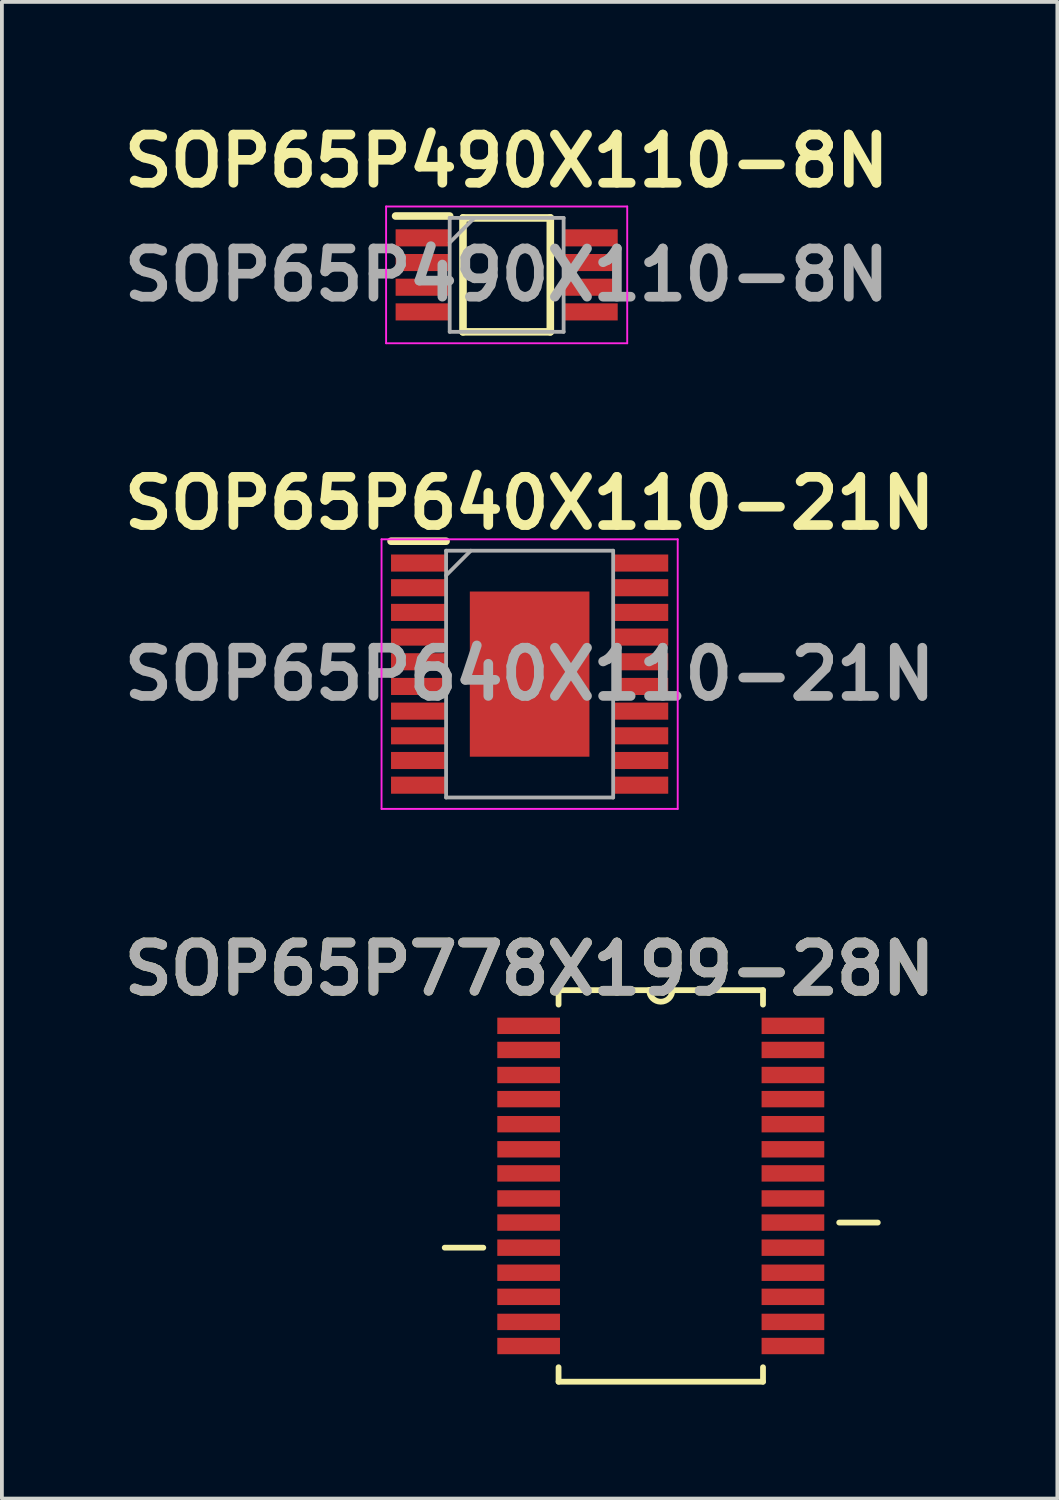
<source format=kicad_pcb>
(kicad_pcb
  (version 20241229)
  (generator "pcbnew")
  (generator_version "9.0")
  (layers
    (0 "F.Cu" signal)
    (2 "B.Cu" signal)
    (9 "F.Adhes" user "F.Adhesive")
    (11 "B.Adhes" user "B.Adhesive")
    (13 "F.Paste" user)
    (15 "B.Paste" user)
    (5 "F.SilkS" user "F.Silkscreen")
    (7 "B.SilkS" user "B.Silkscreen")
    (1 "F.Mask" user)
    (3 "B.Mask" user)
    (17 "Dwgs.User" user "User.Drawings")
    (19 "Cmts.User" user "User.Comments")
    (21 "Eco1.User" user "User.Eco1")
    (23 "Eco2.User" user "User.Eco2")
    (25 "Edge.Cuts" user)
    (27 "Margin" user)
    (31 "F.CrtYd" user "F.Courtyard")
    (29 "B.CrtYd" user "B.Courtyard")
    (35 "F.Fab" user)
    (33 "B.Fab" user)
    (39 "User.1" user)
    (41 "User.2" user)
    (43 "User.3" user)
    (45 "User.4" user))
  (footprint "SOP65P640X110-21N"
    (layer "F.Cu")
    (at 10.898 14.703)
    (property "Reference" "SOP65P640X110-21N" (at 0 -4.5 0) (layer "F.SilkS") (effects (font (size 1.27 1.27) (thickness 0.254))))
    (attr smd)
    (fp_line (start -3.65 -3.5) (end -2.2 -3.5) (stroke (width 0.2) (type solid)) (layer "F.SilkS"))
    (fp_line (start -3.9 -3.55) (end 3.9 -3.55) (stroke (width 0.05) (type solid)) (layer "F.CrtYd"))
    (fp_line (start -3.9 3.55) (end -3.9 -3.55) (stroke (width 0.05) (type solid)) (layer "F.CrtYd"))
    (fp_line (start 3.9 -3.55) (end 3.9 3.55) (stroke (width 0.05) (type solid)) (layer "F.CrtYd"))
    (fp_line (start 3.9 3.55) (end -3.9 3.55) (stroke (width 0.05) (type solid)) (layer "F.CrtYd"))
    (fp_line (start -2.2 -3.25) (end 2.2 -3.25) (stroke (width 0.1) (type solid)) (layer "F.Fab"))
    (fp_line (start -2.2 -2.6) (end -1.55 -3.25) (stroke (width 0.1) (type solid)) (layer "F.Fab"))
    (fp_line (start -2.2 3.25) (end -2.2 -3.25) (stroke (width 0.1) (type solid)) (layer "F.Fab"))
    (fp_line (start 2.2 -3.25) (end 2.2 3.25) (stroke (width 0.1) (type solid)) (layer "F.Fab"))
    (fp_line (start 2.2 3.25) (end -2.2 3.25) (stroke (width 0.1) (type solid)) (layer "F.Fab"))
    (fp_text user "${REFERENCE}" (at 0 0 0) (layer "F.Fab") (effects (font (size 1.27 1.27) (thickness 0.254))))
    (pad "1" smd rect (at -2.925 -2.925 90) (size 0.45 1.45) (layers "F.Cu" "F.Mask" "F.Paste"))
    (pad "2" smd rect (at -2.925 -2.275 90) (size 0.45 1.45) (layers "F.Cu" "F.Mask" "F.Paste"))
    (pad "3" smd rect (at -2.925 -1.625 90) (size 0.45 1.45) (layers "F.Cu" "F.Mask" "F.Paste"))
    (pad "4" smd rect (at -2.925 -0.975 90) (size 0.45 1.45) (layers "F.Cu" "F.Mask" "F.Paste"))
    (pad "5" smd rect (at -2.925 -0.325 90) (size 0.45 1.45) (layers "F.Cu" "F.Mask" "F.Paste"))
    (pad "6" smd rect (at -2.925 0.325 90) (size 0.45 1.45) (layers "F.Cu" "F.Mask" "F.Paste"))
    (pad "7" smd rect (at -2.925 0.975 90) (size 0.45 1.45) (layers "F.Cu" "F.Mask" "F.Paste"))
    (pad "8" smd rect (at -2.925 1.625 90) (size 0.45 1.45) (layers "F.Cu" "F.Mask" "F.Paste"))
    (pad "9" smd rect (at -2.925 2.275 90) (size 0.45 1.45) (layers "F.Cu" "F.Mask" "F.Paste"))
    (pad "10" smd rect (at -2.925 2.925 90) (size 0.45 1.45) (layers "F.Cu" "F.Mask" "F.Paste"))
    (pad "11" smd rect (at 2.925 2.925 90) (size 0.45 1.45) (layers "F.Cu" "F.Mask" "F.Paste"))
    (pad "12" smd rect (at 2.925 2.275 90) (size 0.45 1.45) (layers "F.Cu" "F.Mask" "F.Paste"))
    (pad "13" smd rect (at 2.925 1.625 90) (size 0.45 1.45) (layers "F.Cu" "F.Mask" "F.Paste"))
    (pad "14" smd rect (at 2.925 0.975 90) (size 0.45 1.45) (layers "F.Cu" "F.Mask" "F.Paste"))
    (pad "15" smd rect (at 2.925 0.325 90) (size 0.45 1.45) (layers "F.Cu" "F.Mask" "F.Paste"))
    (pad "16" smd rect (at 2.925 -0.325 90) (size 0.45 1.45) (layers "F.Cu" "F.Mask" "F.Paste"))
    (pad "17" smd rect (at 2.925 -0.975 90) (size 0.45 1.45) (layers "F.Cu" "F.Mask" "F.Paste"))
    (pad "18" smd rect (at 2.925 -1.625 90) (size 0.45 1.45) (layers "F.Cu" "F.Mask" "F.Paste"))
    (pad "19" smd rect (at 2.925 -2.275 90) (size 0.45 1.45) (layers "F.Cu" "F.Mask" "F.Paste"))
    (pad "20" smd rect (at 2.925 -2.925 90) (size 0.45 1.45) (layers "F.Cu" "F.Mask" "F.Paste"))
    (pad "21" smd rect (at 0 0) (size 3.15 4.35) (layers "F.Cu" "F.Mask" "F.Paste")))
  (footprint "SOP65P778X199-28N"
    (layer "F.Cu")
    (at 14.352 28.182)
    (property "Reference" "SOP65P778X199-28N" (at -3.454 -5.715 0) (layer "F.SilkS") (effects (font (size 1.27 1.27) (thickness 0.254))))
    (attr smd)
    (fp_line (start -5.69 1.626) (end -4.674 1.626) (stroke (width 0.152) (type solid)) (layer "F.SilkS"))
    (fp_line (start -2.692 -5.156) (end -2.692 -4.775) (stroke (width 0.152) (type solid)) (layer "F.SilkS"))
    (fp_line (start -2.692 4.775) (end -2.692 5.156) (stroke (width 0.152) (type solid)) (layer "F.SilkS"))
    (fp_line (start -2.692 5.156) (end 2.692 5.156) (stroke (width 0.152) (type solid)) (layer "F.SilkS"))
    (fp_line (start -0.305 -5.156) (end -2.692 -5.156) (stroke (width 0.152) (type solid)) (layer "F.SilkS"))
    (fp_line (start 0.305 -5.156) (end -0.305 -5.156) (stroke (width 0.152) (type solid)) (layer "F.SilkS"))
    (fp_line (start 2.692 -5.156) (end 0.305 -5.156) (stroke (width 0.152) (type solid)) (layer "F.SilkS"))
    (fp_line (start 2.692 -4.775) (end 2.692 -5.156) (stroke (width 0.152) (type solid)) (layer "F.SilkS"))
    (fp_line (start 2.692 5.156) (end 2.692 4.775) (stroke (width 0.152) (type solid)) (layer "F.SilkS"))
    (fp_line (start 4.699 0.965) (end 5.715 0.965) (stroke (width 0.152) (type solid)) (layer "F.SilkS"))
    (fp_arc (start 0.3048 -5.1562) (mid 0 -4.8514) (end -0.3048 -5.1562) (stroke (width 0.1524) (type solid)) (layer "F.SilkS"))
    (fp_text user "${REFERENCE}" (at -3.454 -5.715 0) (layer "F.Fab") (effects (font (size 1.27 1.27) (thickness 0.254))))
    (pad "1" smd rect (at -3.48 -4.216 90) (size 0.432 1.651) (layers "F.Cu" "F.Mask" "F.Paste"))
    (pad "2" smd rect (at -3.48 -3.581 90) (size 0.432 1.651) (layers "F.Cu" "F.Mask" "F.Paste"))
    (pad "3" smd rect (at -3.48 -2.921 90) (size 0.432 1.651) (layers "F.Cu" "F.Mask" "F.Paste"))
    (pad "4" smd rect (at -3.48 -2.286 90) (size 0.432 1.651) (layers "F.Cu" "F.Mask" "F.Paste"))
    (pad "5" smd rect (at -3.48 -1.626 90) (size 0.432 1.651) (layers "F.Cu" "F.Mask" "F.Paste"))
    (pad "6" smd rect (at -3.48 -0.965 90) (size 0.432 1.651) (layers "F.Cu" "F.Mask" "F.Paste"))
    (pad "7" smd rect (at -3.48 -0.33 90) (size 0.432 1.651) (layers "F.Cu" "F.Mask" "F.Paste"))
    (pad "8" smd rect (at -3.48 0.33 90) (size 0.432 1.651) (layers "F.Cu" "F.Mask" "F.Paste"))
    (pad "9" smd rect (at -3.48 0.965 90) (size 0.432 1.651) (layers "F.Cu" "F.Mask" "F.Paste"))
    (pad "10" smd rect (at -3.48 1.626 90) (size 0.432 1.651) (layers "F.Cu" "F.Mask" "F.Paste"))
    (pad "11" smd rect (at -3.48 2.286 90) (size 0.432 1.651) (layers "F.Cu" "F.Mask" "F.Paste"))
    (pad "12" smd rect (at -3.48 2.921 90) (size 0.432 1.651) (layers "F.Cu" "F.Mask" "F.Paste"))
    (pad "13" smd rect (at -3.48 3.581 90) (size 0.432 1.651) (layers "F.Cu" "F.Mask" "F.Paste"))
    (pad "14" smd rect (at -3.48 4.216 90) (size 0.432 1.651) (layers "F.Cu" "F.Mask" "F.Paste"))
    (pad "15" smd rect (at 3.48 4.216 90) (size 0.432 1.651) (layers "F.Cu" "F.Mask" "F.Paste"))
    (pad "16" smd rect (at 3.48 3.581 90) (size 0.432 1.651) (layers "F.Cu" "F.Mask" "F.Paste"))
    (pad "17" smd rect (at 3.48 2.921 90) (size 0.432 1.651) (layers "F.Cu" "F.Mask" "F.Paste"))
    (pad "18" smd rect (at 3.48 2.286 90) (size 0.432 1.651) (layers "F.Cu" "F.Mask" "F.Paste"))
    (pad "19" smd rect (at 3.48 1.626 90) (size 0.432 1.651) (layers "F.Cu" "F.Mask" "F.Paste"))
    (pad "20" smd rect (at 3.48 0.965 90) (size 0.432 1.651) (layers "F.Cu" "F.Mask" "F.Paste"))
    (pad "21" smd rect (at 3.48 0.33 90) (size 0.432 1.651) (layers "F.Cu" "F.Mask" "F.Paste"))
    (pad "22" smd rect (at 3.48 -0.33 90) (size 0.432 1.651) (layers "F.Cu" "F.Mask" "F.Paste"))
    (pad "23" smd rect (at 3.48 -0.965 90) (size 0.432 1.651) (layers "F.Cu" "F.Mask" "F.Paste"))
    (pad "24" smd rect (at 3.48 -1.626 90) (size 0.432 1.651) (layers "F.Cu" "F.Mask" "F.Paste"))
    (pad "25" smd rect (at 3.48 -2.286 90) (size 0.432 1.651) (layers "F.Cu" "F.Mask" "F.Paste"))
    (pad "26" smd rect (at 3.48 -2.921 90) (size 0.432 1.651) (layers "F.Cu" "F.Mask" "F.Paste"))
    (pad "27" smd rect (at 3.48 -3.581 90) (size 0.432 1.651) (layers "F.Cu" "F.Mask" "F.Paste"))
    (pad "28" smd rect (at 3.48 -4.216 90) (size 0.432 1.651) (layers "F.Cu" "F.Mask" "F.Paste")))
  (footprint "SOP65P490X110-8N"
    (layer "F.Cu")
    (at 10.293 4.189)
    (property "Reference" "SOP65P490X110-8N" (at 0 -3 0) (layer "F.SilkS") (effects (font (size 1.27 1.27) (thickness 0.254))))
    (attr smd)
    (fp_line (start -2.925 -1.55) (end -1.5 -1.55) (stroke (width 0.2) (type solid)) (layer "F.SilkS"))
    (fp_line (start -1.15 -1.5) (end 1.15 -1.5) (stroke (width 0.2) (type solid)) (layer "F.SilkS"))
    (fp_line (start -1.15 1.5) (end -1.15 -1.5) (stroke (width 0.2) (type solid)) (layer "F.SilkS"))
    (fp_line (start 1.15 -1.5) (end 1.15 1.5) (stroke (width 0.2) (type solid)) (layer "F.SilkS"))
    (fp_line (start 1.15 1.5) (end -1.15 1.5) (stroke (width 0.2) (type solid)) (layer "F.SilkS"))
    (fp_line (start -3.175 -1.801) (end 3.175 -1.801) (stroke (width 0.05) (type solid)) (layer "F.CrtYd"))
    (fp_line (start -3.175 1.801) (end -3.175 -1.801) (stroke (width 0.05) (type solid)) (layer "F.CrtYd"))
    (fp_line (start 3.175 -1.801) (end 3.175 1.801) (stroke (width 0.05) (type solid)) (layer "F.CrtYd"))
    (fp_line (start 3.175 1.801) (end -3.175 1.801) (stroke (width 0.05) (type solid)) (layer "F.CrtYd"))
    (fp_line (start -1.5 -1.5) (end 1.5 -1.5) (stroke (width 0.1) (type solid)) (layer "F.Fab"))
    (fp_line (start -1.5 -0.85) (end -0.85 -1.5) (stroke (width 0.1) (type solid)) (layer "F.Fab"))
    (fp_line (start -1.5 1.5) (end -1.5 -1.5) (stroke (width 0.1) (type solid)) (layer "F.Fab"))
    (fp_line (start 1.5 -1.5) (end 1.5 1.5) (stroke (width 0.1) (type solid)) (layer "F.Fab"))
    (fp_line (start 1.5 1.5) (end -1.5 1.5) (stroke (width 0.1) (type solid)) (layer "F.Fab"))
    (fp_text user "${REFERENCE}" (at 0 0 0) (layer "F.Fab") (effects (font (size 1.27 1.27) (thickness 0.254))))
    (pad "1" smd rect (at -2.212 -0.975 90) (size 0.45 1.425) (layers "F.Cu" "F.Mask" "F.Paste"))
    (pad "2" smd rect (at -2.212 -0.325 90) (size 0.45 1.425) (layers "F.Cu" "F.Mask" "F.Paste"))
    (pad "3" smd rect (at -2.212 0.325 90) (size 0.45 1.425) (layers "F.Cu" "F.Mask" "F.Paste"))
    (pad "4" smd rect (at -2.212 0.975 90) (size 0.45 1.425) (layers "F.Cu" "F.Mask" "F.Paste"))
    (pad "5" smd rect (at 2.212 0.975 90) (size 0.45 1.425) (layers "F.Cu" "F.Mask" "F.Paste"))
    (pad "6" smd rect (at 2.212 0.325 90) (size 0.45 1.425) (layers "F.Cu" "F.Mask" "F.Paste"))
    (pad "7" smd rect (at 2.212 -0.325 90) (size 0.45 1.425) (layers "F.Cu" "F.Mask" "F.Paste"))
    (pad "8" smd rect (at 2.212 -0.975 90) (size 0.45 1.425) (layers "F.Cu" "F.Mask" "F.Paste")))
  (gr_rect
    (start -3 -3)
    (end 24.796 36.415)
    (stroke (width 0.1) (type default))
    (fill no)
    (layer "Edge.Cuts")))
</source>
